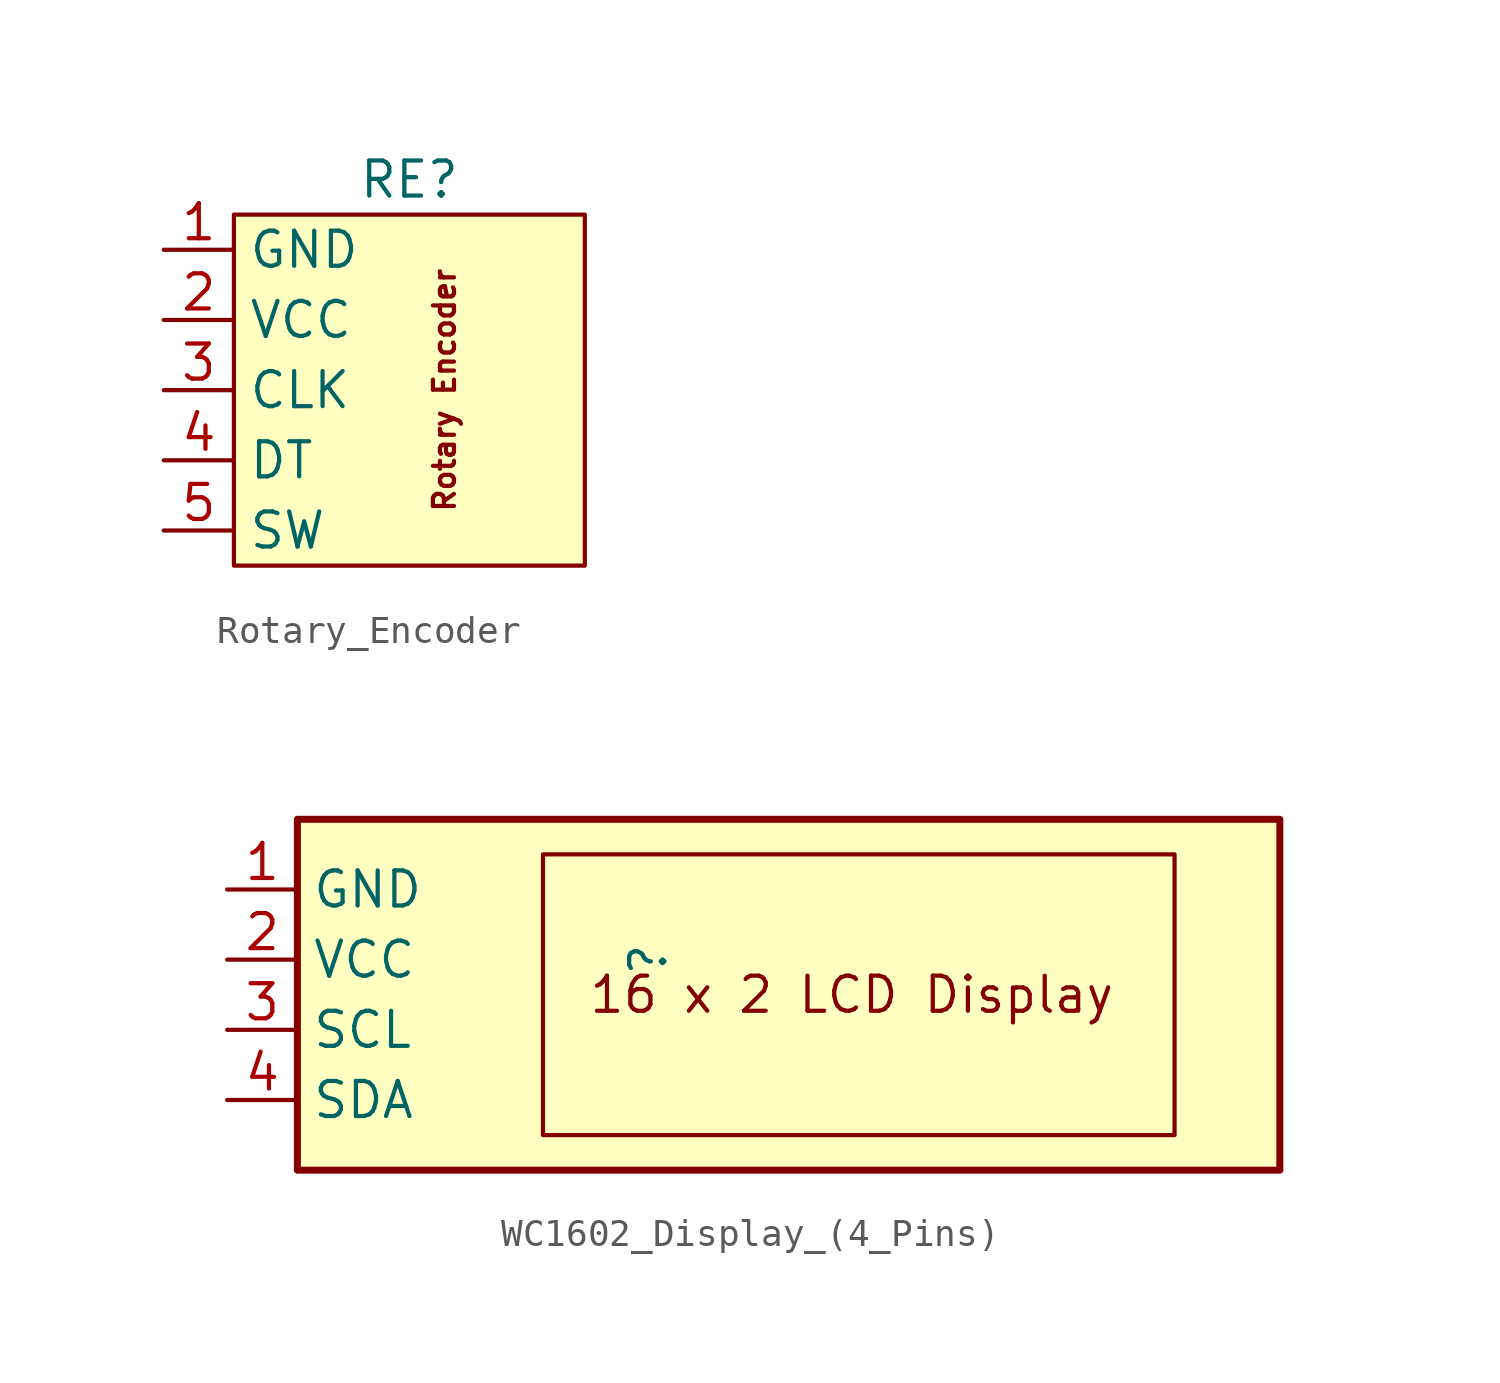
<source format=kicad_sym>
(kicad_symbol_lib
  (version 20231120)
  (generator "kicad_symbol_editor")
  (generator_version "8.0")
  (symbol "Rotary_Encoder"
    (property "Reference" "RE"
      (at 0 0 0)
      (effects (font (size 1.27 1.27))))
    (property "Value" ""
      (at 0 0 0)
      (effects (font (size 1.27 1.27))))
    (symbol "Rotary_Encoder_1_1"
      (rectangle (start -6.35 -1.27) (end 6.35 -13.97) (stroke (width 0) (type default)) (fill (type background)))
      (text "Rotary Encoder" (at 1.27 -7.62 900) (effects (font (size 0.762 0.762))))
      (pin power_in line (at -8.89 -2.54 0) (length 2.54) (name "GND" (effects (font (size 1.27 1.27)))) (number "1" (effects (font (size 1.27 1.27)))))
      (pin power_in line (at -8.89 -5.08 0) (length 2.54) (name "VCC" (effects (font (size 1.27 1.27)))) (number "2" (effects (font (size 1.27 1.27)))))
      (pin output line (at -8.89 -7.62 0) (length 2.54) (name "CLK" (effects (font (size 1.27 1.27)))) (number "3" (effects (font (size 1.27 1.27)))))
      (pin output line (at -8.89 -10.16 0) (length 2.54) (name "DT" (effects (font (size 1.27 1.27)))) (number "4" (effects (font (size 1.27 1.27)))))
      (pin output line (at -8.89 -12.7 0) (length 2.54) (name "SW" (effects (font (size 1.27 1.27)))) (number "5" (effects (font (size 1.27 1.27)))))))
  (symbol "WC1602_Display_(4_Pins)"
    (property "Reference" ""
      (at -6.35 0 90)
      (effects (font (size 1.27 1.27))))
    (property "Value" ""
      (at -6.35 0 90)
      (effects (font (size 1.27 1.27))))
    (symbol "WC1602_Display_(4_Pins)_0_1"
      (rectangle (start -10.16 3.81) (end 12.7 -6.35) (stroke (width 0) (type default)) (fill (type none))))
    (symbol "WC1602_Display_(4_Pins)_1_1"
      (rectangle (start -19.05 5.08) (end 16.51 -7.62) (stroke (width 0.254) (type default)) (fill (type background)))
      (text "16 x 2 LCD Display" (at 1.016 -1.27 0) (effects (font (size 1.27 1.27))))
      (pin power_in line (at -21.59 2.54 0) (length 2.54) (name "GND" (effects (font (size 1.27 1.27)))) (number "1" (effects (font (size 1.27 1.27)))))
      (pin power_in line (at -21.59 0 0) (length 2.54) (name "VCC" (effects (font (size 1.27 1.27)))) (number "2" (effects (font (size 1.27 1.27)))))
      (pin bidirectional line (at -21.59 -2.54 0) (length 2.54) (name "SCL" (effects (font (size 1.27 1.27)))) (number "3" (effects (font (size 1.27 1.27)))))
      (pin bidirectional line (at -21.59 -5.08 0) (length 2.54) (name "SDA" (effects (font (size 1.27 1.27)))) (number "4" (effects (font (size 1.27 1.27))))))))
</source>
